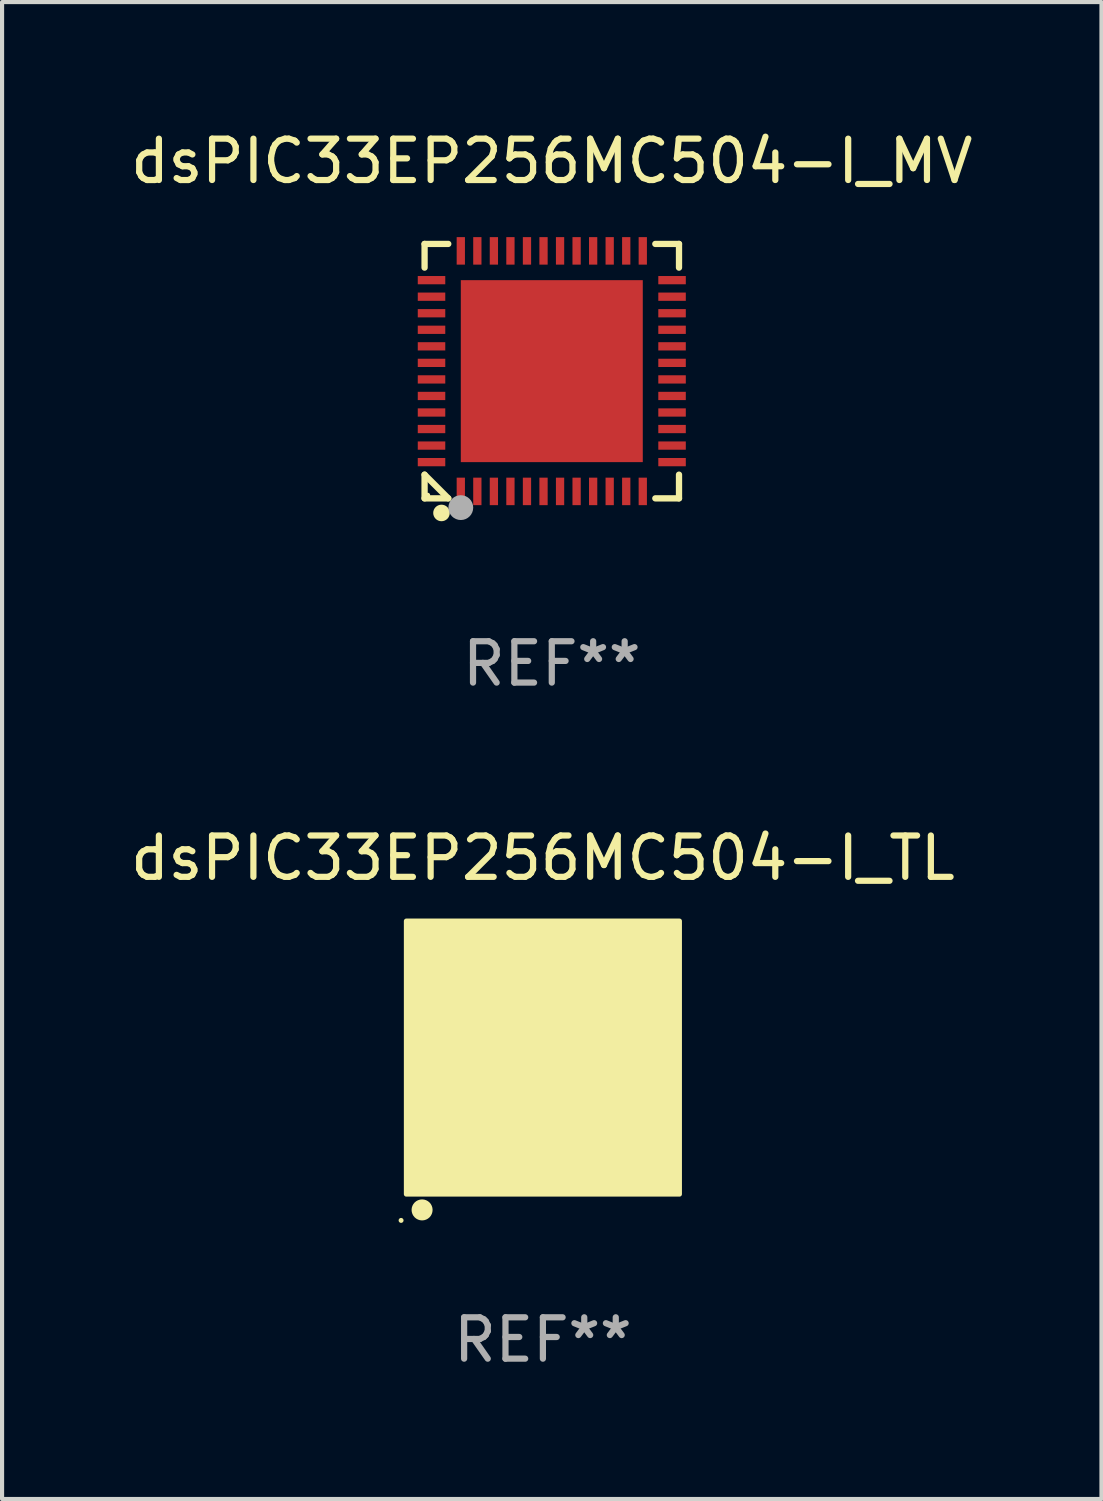
<source format=kicad_pcb>
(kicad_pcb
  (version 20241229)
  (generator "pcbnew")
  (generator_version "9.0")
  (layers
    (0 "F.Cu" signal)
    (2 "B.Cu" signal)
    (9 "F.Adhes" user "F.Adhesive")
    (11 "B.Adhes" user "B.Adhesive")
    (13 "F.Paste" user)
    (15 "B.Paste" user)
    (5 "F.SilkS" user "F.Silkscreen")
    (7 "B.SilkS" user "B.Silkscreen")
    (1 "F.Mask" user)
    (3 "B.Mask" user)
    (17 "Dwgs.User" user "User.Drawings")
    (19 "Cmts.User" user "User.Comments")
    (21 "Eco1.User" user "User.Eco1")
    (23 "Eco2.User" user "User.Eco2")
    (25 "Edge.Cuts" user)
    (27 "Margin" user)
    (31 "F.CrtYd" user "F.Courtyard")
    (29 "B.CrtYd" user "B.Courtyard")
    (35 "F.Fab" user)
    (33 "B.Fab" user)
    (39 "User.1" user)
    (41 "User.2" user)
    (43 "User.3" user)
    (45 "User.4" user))
  (footprint "dsPIC33EP256MC504-I_TL"
    (layer "F.Cu")
    (at 10.077 22.522)
    (property "Reference" "dsPIC33EP256MC504-I_TL" (at 0 -4.825 0) (layer "F.SilkS") (effects (font (size 1 1) (thickness 0.15))))
    (attr through_hole)
    (fp_circle (center -3.429 3.937) (end -3.399 3.937) (stroke (width 0.06) (type solid)) (fill no) (layer "F.SilkS"))
    (fp_circle (center -2.921 3.683) (end -2.794 3.683) (stroke (width 0.254) (type solid)) (fill no) (layer "F.SilkS"))
    (fp_poly (pts (xy -3.302 -3.302) (xy 3.302 -3.302) (xy 3.302 3.302) (xy -3.302 3.302)) (stroke (width 0.12) (type solid)) (fill yes) (layer "F.SilkS"))
    (fp_text user "REF**" (at 0 6.825 0) (layer "F.Fab") (effects (font (size 1 1) (thickness 0.15))))
    (pad "1" smd rect (at -2.25 2.825) (size 0.3 0.45) (layers "F.Cu" "F.Mask" "F.Paste"))
    (pad "2" smd rect (at -1.75 2.825) (size 0.3 0.45) (layers "F.Cu" "F.Mask" "F.Paste"))
    (pad "3" smd rect (at -1.25 2.825) (size 0.3 0.45) (layers "F.Cu" "F.Mask" "F.Paste"))
    (pad "4" smd rect (at -0.75 2.825) (size 0.3 0.45) (layers "F.Cu" "F.Mask" "F.Paste"))
    (pad "5" smd rect (at -0.25 2.825) (size 0.3 0.45) (layers "F.Cu" "F.Mask" "F.Paste"))
    (pad "6" smd rect (at 0.25 2.825) (size 0.3 0.45) (layers "F.Cu" "F.Mask" "F.Paste"))
    (pad "7" smd rect (at 0.75 2.825) (size 0.3 0.45) (layers "F.Cu" "F.Mask" "F.Paste"))
    (pad "8" smd rect (at 1.25 2.825) (size 0.3 0.45) (layers "F.Cu" "F.Mask" "F.Paste"))
    (pad "9" smd rect (at 1.75 2.825) (size 0.3 0.45) (layers "F.Cu" "F.Mask" "F.Paste"))
    (pad "10" smd rect (at 2.25 2.825) (size 0.3 0.45) (layers "F.Cu" "F.Mask" "F.Paste"))
    (pad "11" smd rect (at 2.825 2.825 90) (size 0.45 0.45) (layers "F.Cu" "F.Mask" "F.Paste"))
    (pad "12" smd rect (at 2.825 2.25 90) (size 0.3 0.45) (layers "F.Cu" "F.Mask" "F.Paste"))
    (pad "13" smd rect (at 2.825 1.75 90) (size 0.3 0.45) (layers "F.Cu" "F.Mask" "F.Paste"))
    (pad "14" smd rect (at 2.825 1.25 90) (size 0.3 0.45) (layers "F.Cu" "F.Mask" "F.Paste"))
    (pad "15" smd rect (at 2.825 0.75 90) (size 0.3 0.45) (layers "F.Cu" "F.Mask" "F.Paste"))
    (pad "16" smd rect (at 2.825 0.25 90) (size 0.3 0.45) (layers "F.Cu" "F.Mask" "F.Paste"))
    (pad "17" smd rect (at 2.825 -0.25 90) (size 0.3 0.45) (layers "F.Cu" "F.Mask" "F.Paste"))
    (pad "18" smd rect (at 2.825 -0.75 90) (size 0.3 0.45) (layers "F.Cu" "F.Mask" "F.Paste"))
    (pad "19" smd rect (at 2.825 -1.25 90) (size 0.3 0.45) (layers "F.Cu" "F.Mask" "F.Paste"))
    (pad "20" smd rect (at 2.825 -1.75 90) (size 0.3 0.45) (layers "F.Cu" "F.Mask" "F.Paste"))
    (pad "21" smd rect (at 2.825 -2.25 90) (size 0.3 0.45) (layers "F.Cu" "F.Mask" "F.Paste"))
    (pad "22" smd rect (at 2.825 -2.825 90) (size 0.45 0.45) (layers "F.Cu" "F.Mask" "F.Paste"))
    (pad "23" smd rect (at 2.25 -2.825) (size 0.3 0.45) (layers "F.Cu" "F.Mask" "F.Paste"))
    (pad "24" smd rect (at 1.75 -2.825) (size 0.3 0.45) (layers "F.Cu" "F.Mask" "F.Paste"))
    (pad "25" smd rect (at 1.25 -2.825) (size 0.3 0.45) (layers "F.Cu" "F.Mask" "F.Paste"))
    (pad "26" smd rect (at 0.75 -2.825) (size 0.3 0.45) (layers "F.Cu" "F.Mask" "F.Paste"))
    (pad "27" smd rect (at 0.25 -2.825) (size 0.3 0.45) (layers "F.Cu" "F.Mask" "F.Paste"))
    (pad "28" smd rect (at -0.25 -2.825) (size 0.3 0.45) (layers "F.Cu" "F.Mask" "F.Paste"))
    (pad "29" smd rect (at -0.75 -2.825) (size 0.3 0.45) (layers "F.Cu" "F.Mask" "F.Paste"))
    (pad "30" smd rect (at -1.25 -2.825) (size 0.3 0.45) (layers "F.Cu" "F.Mask" "F.Paste"))
    (pad "31" smd rect (at -1.75 -2.825) (size 0.3 0.45) (layers "F.Cu" "F.Mask" "F.Paste"))
    (pad "32" smd rect (at -2.25 -2.825) (size 0.3 0.45) (layers "F.Cu" "F.Mask" "F.Paste"))
    (pad "33" smd rect (at -2.825 -2.825 90) (size 0.45 0.45) (layers "F.Cu" "F.Mask" "F.Paste"))
    (pad "34" smd rect (at -2.825 -2.25 90) (size 0.3 0.45) (layers "F.Cu" "F.Mask" "F.Paste"))
    (pad "35" smd rect (at -2.825 -1.75 90) (size 0.3 0.45) (layers "F.Cu" "F.Mask" "F.Paste"))
    (pad "36" smd rect (at -2.825 -1.25 90) (size 0.3 0.45) (layers "F.Cu" "F.Mask" "F.Paste"))
    (pad "37" smd rect (at -2.825 -0.75 90) (size 0.3 0.45) (layers "F.Cu" "F.Mask" "F.Paste"))
    (pad "38" smd rect (at -2.825 -0.25 90) (size 0.3 0.45) (layers "F.Cu" "F.Mask" "F.Paste"))
    (pad "39" smd rect (at -2.825 0.25 90) (size 0.3 0.45) (layers "F.Cu" "F.Mask" "F.Paste"))
    (pad "40" smd rect (at -2.825 0.75 90) (size 0.3 0.45) (layers "F.Cu" "F.Mask" "F.Paste"))
    (pad "41" smd rect (at -2.825 1.25 90) (size 0.3 0.45) (layers "F.Cu" "F.Mask" "F.Paste"))
    (pad "42" smd rect (at -2.825 1.75 90) (size 0.3 0.45) (layers "F.Cu" "F.Mask" "F.Paste"))
    (pad "43" smd rect (at -2.825 2.25 90) (size 0.3 0.45) (layers "F.Cu" "F.Mask" "F.Paste"))
    (pad "44" smd rect (at -2.825 2.825 90) (size 0.45 0.45) (layers "F.Cu" "F.Mask" "F.Paste"))
    (pad "45" smd rect (at 0 0 90) (size 4.6 4.6) (layers "F.Cu" "F.Mask" "F.Paste")))
  (footprint "dsPIC33EP256MC504-I_MV"
    (layer "F.Cu")
    (at 10.292 5.924)
    (property "Reference" "dsPIC33EP256MC504-I_MV" (at 0 -5.076 0) (layer "F.SilkS") (effects (font (size 1 1) (thickness 0.15))))
    (attr through_hole)
    (fp_line (start -3.076 -3.076) (end -2.503 -3.076) (stroke (width 0.152) (type solid)) (layer "F.SilkS"))
    (fp_line (start -3.076 -2.503) (end -3.076 -3.076) (stroke (width 0.152) (type solid)) (layer "F.SilkS"))
    (fp_line (start -3.076 2.503) (end -3.076 3.076) (stroke (width 0.152) (type solid)) (layer "F.SilkS"))
    (fp_line (start -3.076 2.503) (end -2.503 3.076) (stroke (width 0.152) (type solid)) (layer "F.SilkS"))
    (fp_line (start -3.076 3.076) (end -2.503 3.076) (stroke (width 0.152) (type solid)) (layer "F.SilkS"))
    (fp_line (start 3.076 -3.076) (end 2.503 -3.076) (stroke (width 0.152) (type solid)) (layer "F.SilkS"))
    (fp_line (start 3.076 -2.503) (end 3.076 -3.076) (stroke (width 0.152) (type solid)) (layer "F.SilkS"))
    (fp_line (start 3.076 2.503) (end 3.076 3.076) (stroke (width 0.152) (type solid)) (layer "F.SilkS"))
    (fp_line (start 3.076 3.076) (end 2.503 3.076) (stroke (width 0.152) (type solid)) (layer "F.SilkS"))
    (fp_circle (center -3 3) (end -2.97 3) (stroke (width 0.06) (type solid)) (fill no) (layer "F.SilkS"))
    (fp_circle (center -2.667 3.429) (end -2.567 3.429) (stroke (width 0.2) (type solid)) (fill no) (layer "F.SilkS"))
    (fp_circle (center -2.2 3.3) (end -2.05 3.3) (stroke (width 0.3) (type solid)) (fill no) (layer "F.Fab"))
    (fp_text user "REF**" (at 0 7.076 0) (layer "F.Fab") (effects (font (size 1 1) (thickness 0.15))))
    (pad "1" smd rect (at -2.2 2.908) (size 0.2 0.665) (layers "F.Cu" "F.Mask" "F.Paste"))
    (pad "2" smd rect (at -1.8 2.908) (size 0.2 0.665) (layers "F.Cu" "F.Mask" "F.Paste"))
    (pad "3" smd rect (at -1.4 2.908) (size 0.2 0.665) (layers "F.Cu" "F.Mask" "F.Paste"))
    (pad "4" smd rect (at -1 2.908) (size 0.2 0.665) (layers "F.Cu" "F.Mask" "F.Paste"))
    (pad "5" smd rect (at -0.6 2.908) (size 0.2 0.665) (layers "F.Cu" "F.Mask" "F.Paste"))
    (pad "6" smd rect (at -0.2 2.908) (size 0.2 0.665) (layers "F.Cu" "F.Mask" "F.Paste"))
    (pad "7" smd rect (at 0.2 2.908) (size 0.2 0.665) (layers "F.Cu" "F.Mask" "F.Paste"))
    (pad "8" smd rect (at 0.6 2.908) (size 0.2 0.665) (layers "F.Cu" "F.Mask" "F.Paste"))
    (pad "9" smd rect (at 1 2.908) (size 0.2 0.665) (layers "F.Cu" "F.Mask" "F.Paste"))
    (pad "10" smd rect (at 1.4 2.908) (size 0.2 0.665) (layers "F.Cu" "F.Mask" "F.Paste"))
    (pad "11" smd rect (at 1.8 2.908) (size 0.2 0.665) (layers "F.Cu" "F.Mask" "F.Paste"))
    (pad "12" smd rect (at 2.2 2.908) (size 0.2 0.665) (layers "F.Cu" "F.Mask" "F.Paste"))
    (pad "13" smd rect (at 2.908 2.2) (size 0.665 0.2) (layers "F.Cu" "F.Mask" "F.Paste"))
    (pad "14" smd rect (at 2.908 1.8) (size 0.665 0.2) (layers "F.Cu" "F.Mask" "F.Paste"))
    (pad "15" smd rect (at 2.908 1.4) (size 0.665 0.2) (layers "F.Cu" "F.Mask" "F.Paste"))
    (pad "16" smd rect (at 2.908 1) (size 0.665 0.2) (layers "F.Cu" "F.Mask" "F.Paste"))
    (pad "17" smd rect (at 2.908 0.6) (size 0.665 0.2) (layers "F.Cu" "F.Mask" "F.Paste"))
    (pad "18" smd rect (at 2.908 0.2) (size 0.665 0.2) (layers "F.Cu" "F.Mask" "F.Paste"))
    (pad "19" smd rect (at 2.908 -0.2) (size 0.665 0.2) (layers "F.Cu" "F.Mask" "F.Paste"))
    (pad "20" smd rect (at 2.908 -0.6) (size 0.665 0.2) (layers "F.Cu" "F.Mask" "F.Paste"))
    (pad "21" smd rect (at 2.908 -1) (size 0.665 0.2) (layers "F.Cu" "F.Mask" "F.Paste"))
    (pad "22" smd rect (at 2.908 -1.4) (size 0.665 0.2) (layers "F.Cu" "F.Mask" "F.Paste"))
    (pad "23" smd rect (at 2.908 -1.8) (size 0.665 0.2) (layers "F.Cu" "F.Mask" "F.Paste"))
    (pad "24" smd rect (at 2.908 -2.2) (size 0.665 0.2) (layers "F.Cu" "F.Mask" "F.Paste"))
    (pad "25" smd rect (at 2.2 -2.908) (size 0.2 0.665) (layers "F.Cu" "F.Mask" "F.Paste"))
    (pad "26" smd rect (at 1.8 -2.908) (size 0.2 0.665) (layers "F.Cu" "F.Mask" "F.Paste"))
    (pad "27" smd rect (at 1.4 -2.908) (size 0.2 0.665) (layers "F.Cu" "F.Mask" "F.Paste"))
    (pad "28" smd rect (at 1 -2.908) (size 0.2 0.665) (layers "F.Cu" "F.Mask" "F.Paste"))
    (pad "29" smd rect (at 0.6 -2.908) (size 0.2 0.665) (layers "F.Cu" "F.Mask" "F.Paste"))
    (pad "30" smd rect (at 0.2 -2.908) (size 0.2 0.665) (layers "F.Cu" "F.Mask" "F.Paste"))
    (pad "31" smd rect (at -0.2 -2.908) (size 0.2 0.665) (layers "F.Cu" "F.Mask" "F.Paste"))
    (pad "32" smd rect (at -0.6 -2.908) (size 0.2 0.665) (layers "F.Cu" "F.Mask" "F.Paste"))
    (pad "33" smd rect (at -1 -2.908) (size 0.2 0.665) (layers "F.Cu" "F.Mask" "F.Paste"))
    (pad "34" smd rect (at -1.4 -2.908) (size 0.2 0.665) (layers "F.Cu" "F.Mask" "F.Paste"))
    (pad "35" smd rect (at -1.8 -2.908) (size 0.2 0.665) (layers "F.Cu" "F.Mask" "F.Paste"))
    (pad "36" smd rect (at -2.2 -2.908) (size 0.2 0.665) (layers "F.Cu" "F.Mask" "F.Paste"))
    (pad "37" smd rect (at -2.908 -2.2) (size 0.665 0.2) (layers "F.Cu" "F.Mask" "F.Paste"))
    (pad "38" smd rect (at -2.908 -1.8) (size 0.665 0.2) (layers "F.Cu" "F.Mask" "F.Paste"))
    (pad "39" smd rect (at -2.908 -1.4) (size 0.665 0.2) (layers "F.Cu" "F.Mask" "F.Paste"))
    (pad "40" smd rect (at -2.908 -1) (size 0.665 0.2) (layers "F.Cu" "F.Mask" "F.Paste"))
    (pad "41" smd rect (at -2.908 -0.6) (size 0.665 0.2) (layers "F.Cu" "F.Mask" "F.Paste"))
    (pad "42" smd rect (at -2.908 -0.2) (size 0.665 0.2) (layers "F.Cu" "F.Mask" "F.Paste"))
    (pad "43" smd rect (at -2.908 0.2) (size 0.665 0.2) (layers "F.Cu" "F.Mask" "F.Paste"))
    (pad "44" smd rect (at -2.908 0.6) (size 0.665 0.2) (layers "F.Cu" "F.Mask" "F.Paste"))
    (pad "45" smd rect (at -2.908 1) (size 0.665 0.2) (layers "F.Cu" "F.Mask" "F.Paste"))
    (pad "46" smd rect (at -2.908 1.4) (size 0.665 0.2) (layers "F.Cu" "F.Mask" "F.Paste"))
    (pad "47" smd rect (at -2.908 1.8) (size 0.665 0.2) (layers "F.Cu" "F.Mask" "F.Paste"))
    (pad "48" smd rect (at -2.908 2.2) (size 0.665 0.2) (layers "F.Cu" "F.Mask" "F.Paste"))
    (pad "49" smd rect (at 0 0) (size 4.4 4.4) (layers "F.Cu" "F.Mask" "F.Paste")))
  (gr_rect
    (start -3 -3)
    (end 23.583 33.195)
    (stroke (width 0.1) (type default))
    (fill no)
    (layer "Edge.Cuts")))
</source>
